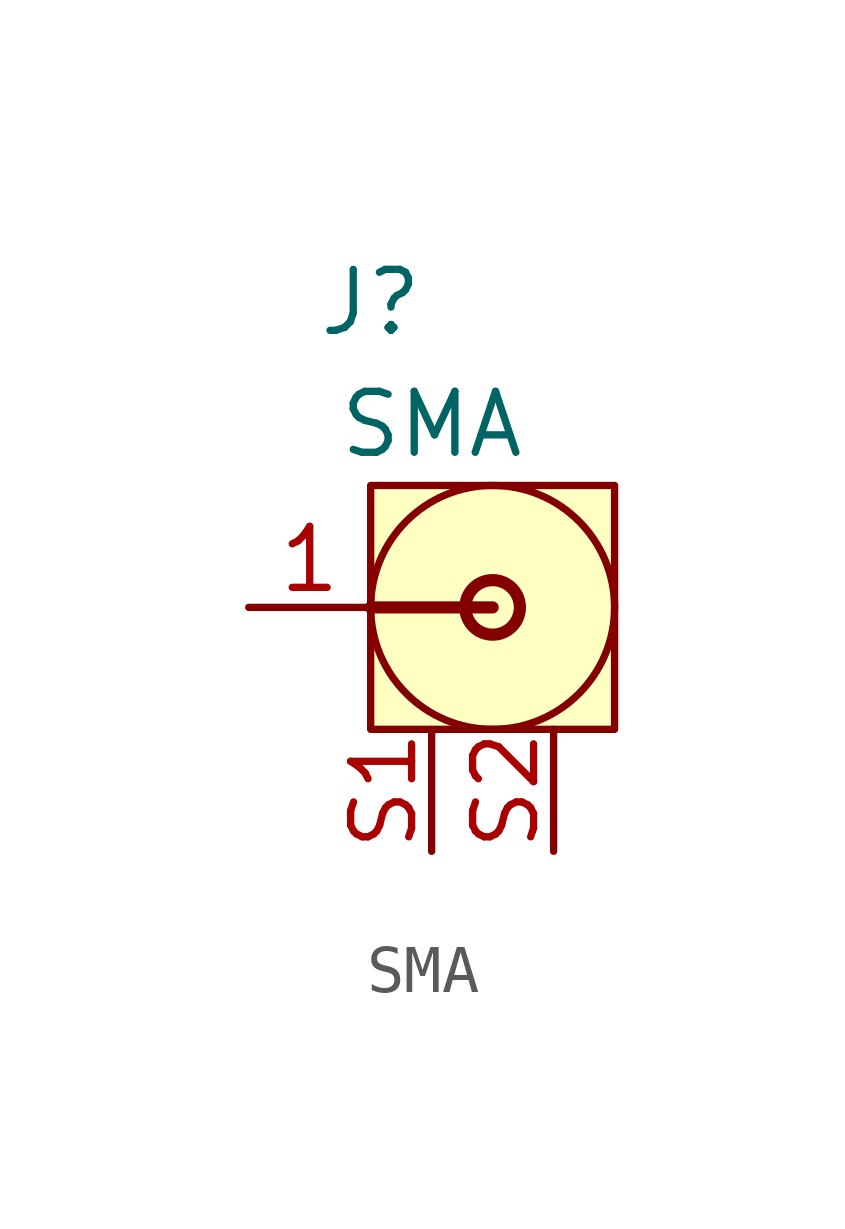
<source format=kicad_sym>
(kicad_symbol_lib
  (version 20211014)
  (generator kicad_symbol_editor)
  (symbol "SMA"
    (property "Reference" "J"
      (at 3.81 12.7 0)
      (effects (font (size 1.27 1.27))))
    (property "Value" "SMA"
      (at 5.08 10.16 0)
      (effects (font (size 1.27 1.27))))
    (symbol "SMA_0_1"
      (polyline (pts (xy 6.35 6.35) (xy 3.81 6.35)) (stroke (width 0.254) (type default) (color 0 0 0 0)) (fill (type none)))
      (rectangle (start 3.81 8.89) (end 8.89 3.81) (stroke (width 0) (type default) (color 0 0 0 0)) (fill (type background)))
      (circle (center 6.35 6.35) (radius 0.568) (stroke (width 0.254) (type default) (color 0 0 0 0)) (fill (type none)))
      (circle (center 6.35 6.35) (radius 2.54) (stroke (width 0) (type default) (color 0 0 0 0)) (fill (type none))))
    (symbol "SMA_1_1"
      (pin bidirectional line (at 1.27 6.35 0) (length 2.54) (name "" (effects (font (size 1.27 1.27)))) (number "1" (effects (font (size 1.27 1.27)))))
      (pin power_in line (at 5.08 1.27 90) (length 2.54) (name "" (effects (font (size 1.27 1.27)))) (number "S1" (effects (font (size 1.27 1.27)))))
      (pin power_in line (at 7.62 1.27 90) (length 2.54) (name "" (effects (font (size 1.27 1.27)))) (number "S2" (effects (font (size 1.27 1.27))))))))
</source>
